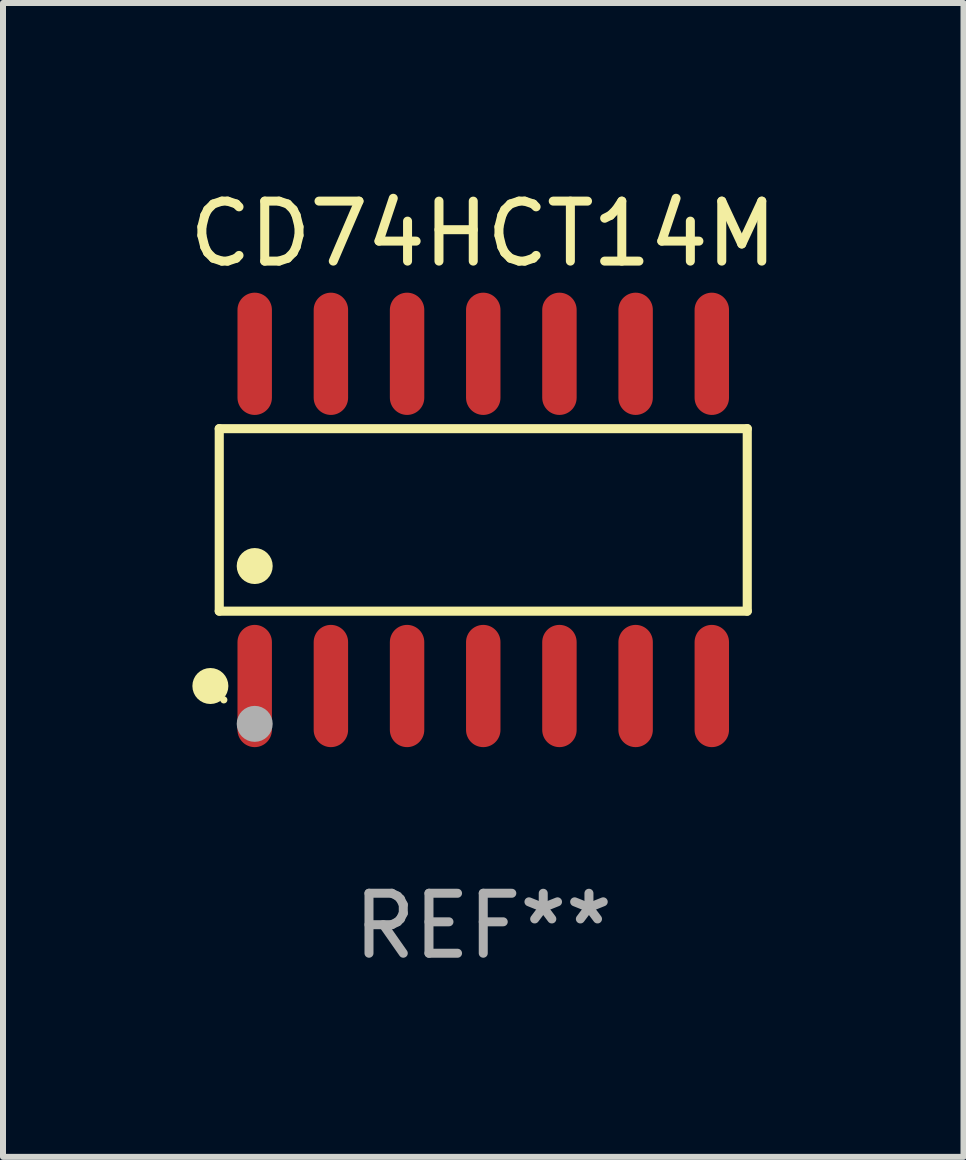
<source format=kicad_pcb>
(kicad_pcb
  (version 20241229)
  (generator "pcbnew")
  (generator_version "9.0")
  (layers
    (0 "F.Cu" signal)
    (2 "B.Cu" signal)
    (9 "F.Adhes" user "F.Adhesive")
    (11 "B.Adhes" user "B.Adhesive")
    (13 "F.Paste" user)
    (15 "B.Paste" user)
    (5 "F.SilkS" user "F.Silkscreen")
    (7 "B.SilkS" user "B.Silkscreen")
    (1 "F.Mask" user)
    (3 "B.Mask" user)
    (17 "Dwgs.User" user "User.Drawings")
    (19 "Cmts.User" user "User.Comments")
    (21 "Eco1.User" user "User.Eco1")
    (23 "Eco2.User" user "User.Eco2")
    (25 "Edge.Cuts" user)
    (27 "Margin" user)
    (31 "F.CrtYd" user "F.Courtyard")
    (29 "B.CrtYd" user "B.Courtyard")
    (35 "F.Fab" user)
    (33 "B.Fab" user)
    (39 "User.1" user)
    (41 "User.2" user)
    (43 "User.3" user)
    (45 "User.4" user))
  (footprint "CD74HCT14M"
    (layer "F.Cu")
    (at 5.006 5.617)
    (property "Reference" "CD74HCT14M" (at 0 -4.769 0) (layer "F.SilkS") (effects (font (size 1 1) (thickness 0.15))))
    (attr through_hole)
    (fp_line (start -4.401 -1.521) (end 4.401 -1.521) (stroke (width 0.152) (type solid)) (layer "F.SilkS"))
    (fp_line (start -4.401 1.521) (end -4.401 -1.521) (stroke (width 0.152) (type solid)) (layer "F.SilkS"))
    (fp_line (start 4.401 -1.521) (end 4.401 1.521) (stroke (width 0.152) (type solid)) (layer "F.SilkS"))
    (fp_line (start 4.401 1.521) (end -4.401 1.521) (stroke (width 0.152) (type solid)) (layer "F.SilkS"))
    (fp_circle (center -4.549 2.769) (end -4.399 2.769) (stroke (width 0.3) (type solid)) (fill no) (layer "F.SilkS"))
    (fp_circle (center -4.325 3) (end -4.295 3) (stroke (width 0.06) (type solid)) (fill no) (layer "F.SilkS"))
    (fp_circle (center -3.81 0.769) (end -3.66 0.769) (stroke (width 0.3) (type solid)) (fill no) (layer "F.SilkS"))
    (fp_circle (center -3.81 3.4) (end -3.66 3.4) (stroke (width 0.3) (type solid)) (fill no) (layer "F.Fab"))
    (fp_text user "REF**" (at 0 6.769 0) (layer "F.Fab") (effects (font (size 1 1) (thickness 0.15))))
    (pad "1" smd oval (at -3.81 2.769) (size 0.574 2.038) (layers "F.Cu" "F.Mask" "F.Paste"))
    (pad "2" smd oval (at -2.54 2.769) (size 0.574 2.038) (layers "F.Cu" "F.Mask" "F.Paste"))
    (pad "3" smd oval (at -1.27 2.769) (size 0.574 2.038) (layers "F.Cu" "F.Mask" "F.Paste"))
    (pad "4" smd oval (at 0 2.769) (size 0.574 2.038) (layers "F.Cu" "F.Mask" "F.Paste"))
    (pad "5" smd oval (at 1.27 2.769) (size 0.574 2.038) (layers "F.Cu" "F.Mask" "F.Paste"))
    (pad "6" smd oval (at 2.54 2.769) (size 0.574 2.038) (layers "F.Cu" "F.Mask" "F.Paste"))
    (pad "7" smd oval (at 3.81 2.769) (size 0.574 2.038) (layers "F.Cu" "F.Mask" "F.Paste"))
    (pad "8" smd oval (at 3.81 -2.769) (size 0.574 2.038) (layers "F.Cu" "F.Mask" "F.Paste"))
    (pad "9" smd oval (at 2.54 -2.769) (size 0.574 2.038) (layers "F.Cu" "F.Mask" "F.Paste"))
    (pad "10" smd oval (at 1.27 -2.769) (size 0.574 2.038) (layers "F.Cu" "F.Mask" "F.Paste"))
    (pad "11" smd oval (at 0 -2.769) (size 0.574 2.038) (layers "F.Cu" "F.Mask" "F.Paste"))
    (pad "12" smd oval (at -1.27 -2.769) (size 0.574 2.038) (layers "F.Cu" "F.Mask" "F.Paste"))
    (pad "13" smd oval (at -2.54 -2.769) (size 0.574 2.038) (layers "F.Cu" "F.Mask" "F.Paste"))
    (pad "14" smd oval (at -3.81 -2.769) (size 0.574 2.038) (layers "F.Cu" "F.Mask" "F.Paste")))
  (gr_rect
    (start -3 -3)
    (end 13.012 16.235)
    (stroke (width 0.1) (type default))
    (fill no)
    (layer "Edge.Cuts")))
</source>
